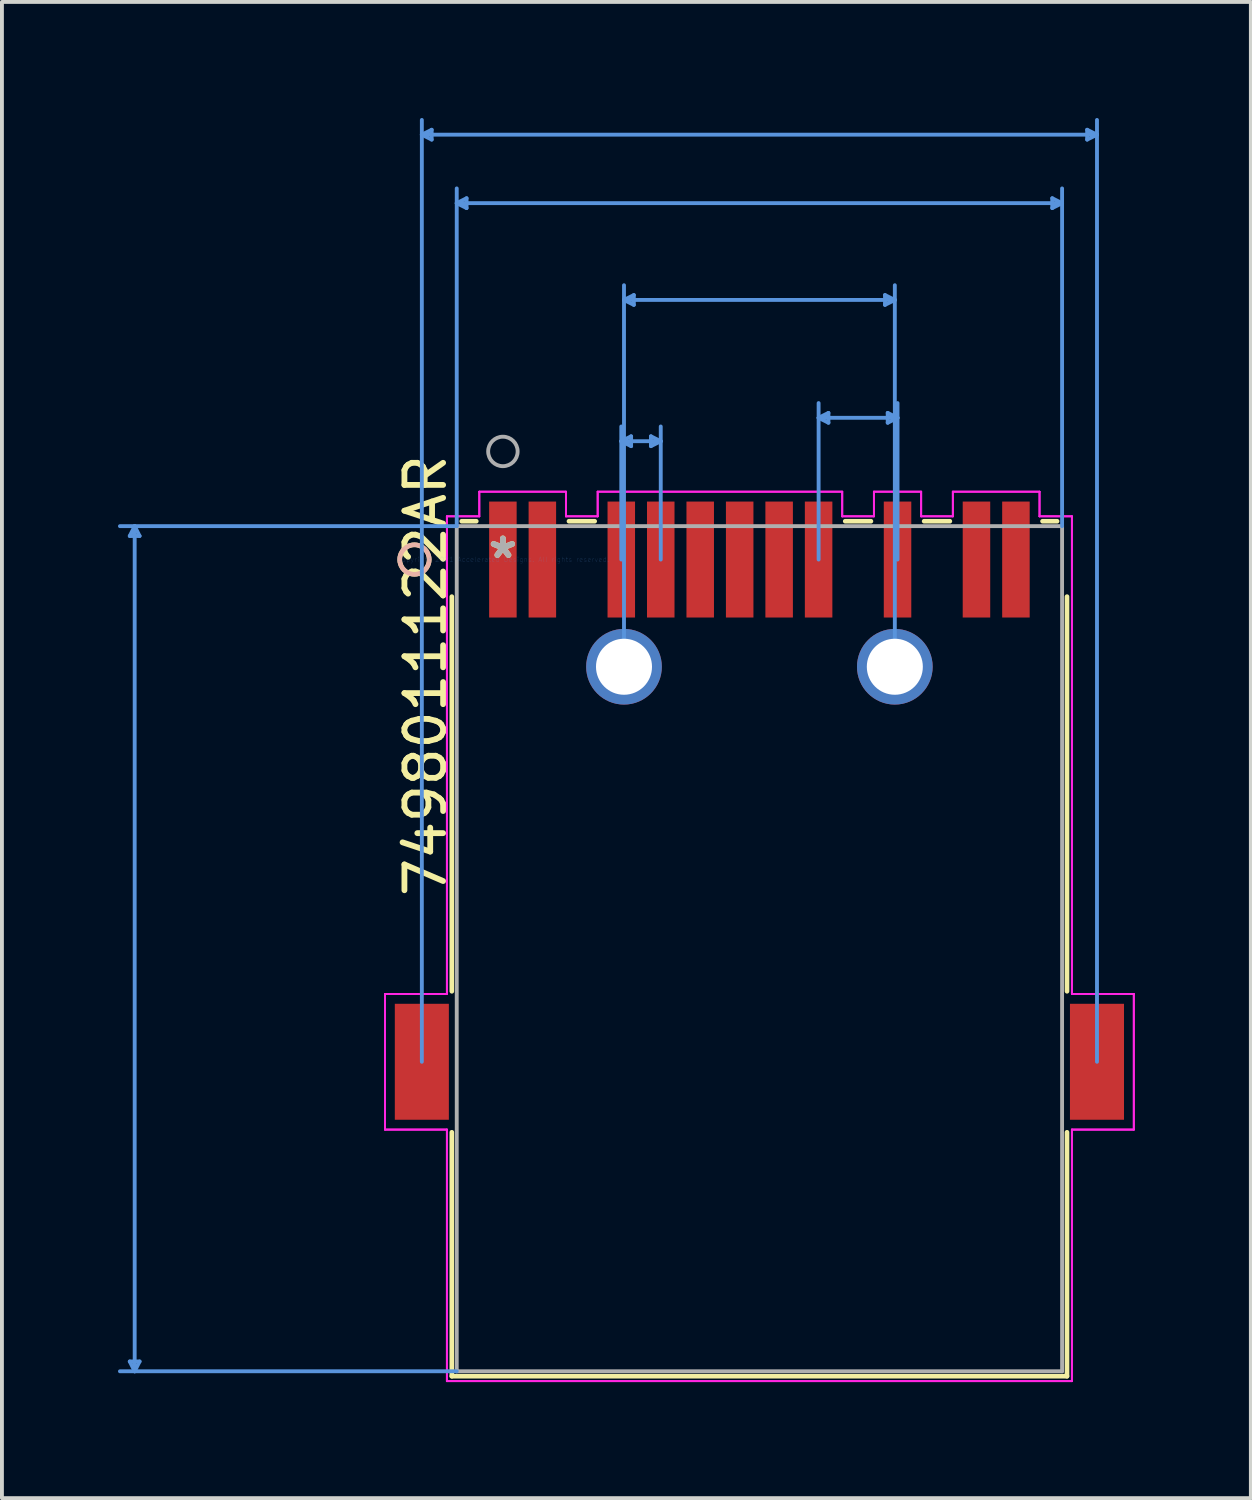
<source format=kicad_pcb>
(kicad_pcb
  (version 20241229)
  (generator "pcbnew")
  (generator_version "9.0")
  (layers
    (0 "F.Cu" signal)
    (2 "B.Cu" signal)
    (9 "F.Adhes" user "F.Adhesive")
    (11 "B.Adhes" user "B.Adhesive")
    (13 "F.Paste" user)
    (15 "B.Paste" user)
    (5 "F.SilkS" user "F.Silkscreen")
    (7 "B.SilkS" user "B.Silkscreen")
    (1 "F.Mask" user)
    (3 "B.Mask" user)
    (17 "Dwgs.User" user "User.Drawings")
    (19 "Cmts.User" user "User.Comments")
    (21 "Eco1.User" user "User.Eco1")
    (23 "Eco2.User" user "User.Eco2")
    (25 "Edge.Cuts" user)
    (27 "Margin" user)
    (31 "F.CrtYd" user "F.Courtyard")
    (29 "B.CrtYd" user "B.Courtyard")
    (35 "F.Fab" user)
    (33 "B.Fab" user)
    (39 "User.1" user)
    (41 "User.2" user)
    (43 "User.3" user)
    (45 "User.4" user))
  (footprint "7498011122AR"
    (layer "F.Cu")
    (at 9.948 11.412)
    (property "Reference" "7498011122AR" (at -2 3 90) (layer "F.SilkS") (effects (font (size 1 1) (thickness 0.15))))
    (attr through_hole)
    (fp_line (start -1.32 0.959) (end -1.32 11.159) (stroke (width 0.12) (type solid)) (layer "F.SilkS"))
    (fp_line (start -1.32 14.803) (end -1.32 21.108) (stroke (width 0.12) (type solid)) (layer "F.SilkS"))
    (fp_line (start -1.32 21.108) (end 14.58 21.108) (stroke (width 0.12) (type solid)) (layer "F.SilkS"))
    (fp_line (start -0.688 -0.99) (end -1.064 -0.99) (stroke (width 0.12) (type solid)) (layer "F.SilkS"))
    (fp_line (start 2.372 -0.99) (end 1.708 -0.99) (stroke (width 0.12) (type solid)) (layer "F.SilkS"))
    (fp_line (start 9.512 -0.99) (end 8.848 -0.99) (stroke (width 0.12) (type solid)) (layer "F.SilkS"))
    (fp_line (start 11.552 -0.99) (end 10.888 -0.99) (stroke (width 0.12) (type solid)) (layer "F.SilkS"))
    (fp_line (start 14.324 -0.99) (end 13.948 -0.99) (stroke (width 0.12) (type solid)) (layer "F.SilkS"))
    (fp_line (start 14.58 11.159) (end 14.58 0.959) (stroke (width 0.12) (type solid)) (layer "F.SilkS"))
    (fp_line (start 14.58 21.108) (end 14.58 14.803) (stroke (width 0.12) (type solid)) (layer "F.SilkS"))
    (fp_circle (center -2.286 0) (end -1.905 0) (stroke (width 0.12) (type solid)) (fill no) (layer "F.SilkS"))
    (fp_circle (center -2.286 0) (end -1.905 0) (stroke (width 0.12) (type solid)) (fill no) (layer "B.SilkS"))
    (fp_line (start -9.644 20.727) (end -9.517 20.981) (stroke (width 0.1) (type solid)) (layer "Cmts.User"))
    (fp_line (start -9.644 -0.609) (end -9.517 -0.863) (stroke (width 0.1) (type solid)) (layer "Cmts.User"))
    (fp_line (start -9.644 -0.609) (end -9.39 -0.609) (stroke (width 0.1) (type solid)) (layer "Cmts.User"))
    (fp_line (start -9.517 20.981) (end -9.517 -0.863) (stroke (width 0.1) (type solid)) (layer "Cmts.User"))
    (fp_line (start -9.39 20.727) (end -9.644 20.727) (stroke (width 0.1) (type solid)) (layer "Cmts.User"))
    (fp_line (start -9.39 20.727) (end -9.517 20.981) (stroke (width 0.1) (type solid)) (layer "Cmts.User"))
    (fp_line (start -9.39 -0.609) (end -9.517 -0.863) (stroke (width 0.1) (type solid)) (layer "Cmts.User"))
    (fp_line (start -2.095 12.981) (end -2.095 -11.362) (stroke (width 0.1) (type solid)) (layer "Cmts.User"))
    (fp_line (start -1.841 -11.108) (end -2.095 -10.981) (stroke (width 0.1) (type solid)) (layer "Cmts.User"))
    (fp_line (start -1.841 -10.854) (end -2.095 -10.981) (stroke (width 0.1) (type solid)) (layer "Cmts.User"))
    (fp_line (start -1.841 -10.854) (end -1.841 -11.108) (stroke (width 0.1) (type solid)) (layer "Cmts.User"))
    (fp_line (start -1.193 -9.211) (end 14.453 -9.211) (stroke (width 0.1) (type solid)) (layer "Cmts.User"))
    (fp_line (start -1.193 -0.863) (end -9.898 -0.863) (stroke (width 0.1) (type solid)) (layer "Cmts.User"))
    (fp_line (start -1.193 -0.863) (end -1.193 -9.592) (stroke (width 0.1) (type solid)) (layer "Cmts.User"))
    (fp_line (start -1.193 20.981) (end -9.898 20.981) (stroke (width 0.1) (type solid)) (layer "Cmts.User"))
    (fp_line (start -0.939 -9.084) (end -1.193 -9.211) (stroke (width 0.1) (type solid)) (layer "Cmts.User"))
    (fp_line (start -0.939 -9.084) (end -0.939 -9.338) (stroke (width 0.1) (type solid)) (layer "Cmts.User"))
    (fp_line (start -0.939 -9.338) (end -1.193 -9.211) (stroke (width 0.1) (type solid)) (layer "Cmts.User"))
    (fp_line (start 3.06 -3.058) (end 4.08 -3.058) (stroke (width 0.1) (type solid)) (layer "Cmts.User"))
    (fp_line (start 3.06 0) (end 3.06 -3.439) (stroke (width 0.1) (type solid)) (layer "Cmts.User"))
    (fp_line (start 3.13 -6.709) (end 10.13 -6.709) (stroke (width 0.1) (type solid)) (layer "Cmts.User"))
    (fp_line (start 3.13 2.771) (end 3.13 -7.09) (stroke (width 0.1) (type solid)) (layer "Cmts.User"))
    (fp_line (start 3.314 -2.931) (end 3.06 -3.058) (stroke (width 0.1) (type solid)) (layer "Cmts.User"))
    (fp_line (start 3.314 -2.931) (end 3.314 -3.185) (stroke (width 0.1) (type solid)) (layer "Cmts.User"))
    (fp_line (start 3.314 -3.185) (end 3.06 -3.058) (stroke (width 0.1) (type solid)) (layer "Cmts.User"))
    (fp_line (start 3.384 -6.582) (end 3.13 -6.709) (stroke (width 0.1) (type solid)) (layer "Cmts.User"))
    (fp_line (start 3.384 -6.582) (end 3.384 -6.836) (stroke (width 0.1) (type solid)) (layer "Cmts.User"))
    (fp_line (start 3.384 -6.836) (end 3.13 -6.709) (stroke (width 0.1) (type solid)) (layer "Cmts.User"))
    (fp_line (start 3.826 -2.931) (end 4.08 -3.058) (stroke (width 0.1) (type solid)) (layer "Cmts.User"))
    (fp_line (start 3.826 -3.185) (end 3.826 -2.931) (stroke (width 0.1) (type solid)) (layer "Cmts.User"))
    (fp_line (start 3.826 -3.185) (end 4.08 -3.058) (stroke (width 0.1) (type solid)) (layer "Cmts.User"))
    (fp_line (start 4.08 0) (end 4.08 -3.439) (stroke (width 0.1) (type solid)) (layer "Cmts.User"))
    (fp_line (start 8.16 -3.663) (end 10.2 -3.663) (stroke (width 0.1) (type solid)) (layer "Cmts.User"))
    (fp_line (start 8.16 0) (end 8.16 -4.044) (stroke (width 0.1) (type solid)) (layer "Cmts.User"))
    (fp_line (start 8.414 -3.79) (end 8.16 -3.663) (stroke (width 0.1) (type solid)) (layer "Cmts.User"))
    (fp_line (start 8.414 -3.536) (end 8.16 -3.663) (stroke (width 0.1) (type solid)) (layer "Cmts.User"))
    (fp_line (start 8.414 -3.536) (end 8.414 -3.79) (stroke (width 0.1) (type solid)) (layer "Cmts.User"))
    (fp_line (start 9.876 -6.582) (end 10.13 -6.709) (stroke (width 0.1) (type solid)) (layer "Cmts.User"))
    (fp_line (start 9.876 -6.836) (end 9.876 -6.582) (stroke (width 0.1) (type solid)) (layer "Cmts.User"))
    (fp_line (start 9.876 -6.836) (end 10.13 -6.709) (stroke (width 0.1) (type solid)) (layer "Cmts.User"))
    (fp_line (start 9.946 -3.79) (end 9.946 -3.536) (stroke (width 0.1) (type solid)) (layer "Cmts.User"))
    (fp_line (start 9.946 -3.79) (end 10.2 -3.663) (stroke (width 0.1) (type solid)) (layer "Cmts.User"))
    (fp_line (start 9.946 -3.536) (end 10.2 -3.663) (stroke (width 0.1) (type solid)) (layer "Cmts.User"))
    (fp_line (start 10.13 2.771) (end 10.13 -7.09) (stroke (width 0.1) (type solid)) (layer "Cmts.User"))
    (fp_line (start 10.2 0) (end 10.2 -4.044) (stroke (width 0.1) (type solid)) (layer "Cmts.User"))
    (fp_line (start 14.199 -9.338) (end 14.199 -9.084) (stroke (width 0.1) (type solid)) (layer "Cmts.User"))
    (fp_line (start 14.199 -9.338) (end 14.453 -9.211) (stroke (width 0.1) (type solid)) (layer "Cmts.User"))
    (fp_line (start 14.199 -9.084) (end 14.453 -9.211) (stroke (width 0.1) (type solid)) (layer "Cmts.User"))
    (fp_line (start 14.453 -0.863) (end 14.453 -9.592) (stroke (width 0.1) (type solid)) (layer "Cmts.User"))
    (fp_line (start 15.101 -11.108) (end 15.101 -10.854) (stroke (width 0.1) (type solid)) (layer "Cmts.User"))
    (fp_line (start 15.101 -11.108) (end 15.355 -10.981) (stroke (width 0.1) (type solid)) (layer "Cmts.User"))
    (fp_line (start 15.101 -10.854) (end 15.355 -10.981) (stroke (width 0.1) (type solid)) (layer "Cmts.User"))
    (fp_line (start 15.355 -10.981) (end -2.095 -10.981) (stroke (width 0.1) (type solid)) (layer "Cmts.User"))
    (fp_line (start 15.355 12.981) (end 15.355 -11.362) (stroke (width 0.1) (type solid)) (layer "Cmts.User"))
    (fp_line (start -3.047 11.228) (end -3.047 14.734) (stroke (width 0.05) (type solid)) (layer "F.CrtYd"))
    (fp_line (start -3.047 11.228) (end -3.047 14.734) (stroke (width 0.05) (type solid)) (layer "F.CrtYd"))
    (fp_line (start -3.047 14.734) (end -1.447 14.734) (stroke (width 0.05) (type solid)) (layer "F.CrtYd"))
    (fp_line (start -3.047 14.734) (end -1.447 14.734) (stroke (width 0.05) (type solid)) (layer "F.CrtYd"))
    (fp_line (start -1.447 -1.117) (end -1.447 11.228) (stroke (width 0.05) (type solid)) (layer "F.CrtYd"))
    (fp_line (start -1.447 -1.117) (end -1.447 11.228) (stroke (width 0.05) (type solid)) (layer "F.CrtYd"))
    (fp_line (start -1.447 11.228) (end -3.047 11.228) (stroke (width 0.05) (type solid)) (layer "F.CrtYd"))
    (fp_line (start -1.447 11.228) (end -3.047 11.228) (stroke (width 0.05) (type solid)) (layer "F.CrtYd"))
    (fp_line (start -1.447 14.734) (end -1.447 21.235) (stroke (width 0.05) (type solid)) (layer "F.CrtYd"))
    (fp_line (start -1.447 14.734) (end -1.447 21.235) (stroke (width 0.05) (type solid)) (layer "F.CrtYd"))
    (fp_line (start -1.447 21.235) (end 14.707 21.235) (stroke (width 0.05) (type solid)) (layer "F.CrtYd"))
    (fp_line (start -1.447 21.235) (end 14.707 21.235) (stroke (width 0.05) (type solid)) (layer "F.CrtYd"))
    (fp_line (start -0.61 -1.753) (end -0.61 -1.117) (stroke (width 0.05) (type solid)) (layer "F.CrtYd"))
    (fp_line (start -0.61 -1.753) (end -0.61 -1.117) (stroke (width 0.05) (type solid)) (layer "F.CrtYd"))
    (fp_line (start -0.61 -1.117) (end -1.447 -1.117) (stroke (width 0.05) (type solid)) (layer "F.CrtYd"))
    (fp_line (start -0.61 -1.117) (end -1.447 -1.117) (stroke (width 0.05) (type solid)) (layer "F.CrtYd"))
    (fp_line (start 1.63 -1.753) (end -0.61 -1.753) (stroke (width 0.05) (type solid)) (layer "F.CrtYd"))
    (fp_line (start 1.63 -1.753) (end -0.61 -1.753) (stroke (width 0.05) (type solid)) (layer "F.CrtYd"))
    (fp_line (start 1.63 -1.117) (end 1.63 -1.753) (stroke (width 0.05) (type solid)) (layer "F.CrtYd"))
    (fp_line (start 1.63 -1.117) (end 1.63 -1.753) (stroke (width 0.05) (type solid)) (layer "F.CrtYd"))
    (fp_line (start 2.45 -1.753) (end 2.45 -1.117) (stroke (width 0.05) (type solid)) (layer "F.CrtYd"))
    (fp_line (start 2.45 -1.753) (end 2.45 -1.117) (stroke (width 0.05) (type solid)) (layer "F.CrtYd"))
    (fp_line (start 2.45 -1.117) (end 1.63 -1.117) (stroke (width 0.05) (type solid)) (layer "F.CrtYd"))
    (fp_line (start 2.45 -1.117) (end 1.63 -1.117) (stroke (width 0.05) (type solid)) (layer "F.CrtYd"))
    (fp_line (start 8.77 -1.753) (end 2.45 -1.753) (stroke (width 0.05) (type solid)) (layer "F.CrtYd"))
    (fp_line (start 8.77 -1.753) (end 2.45 -1.753) (stroke (width 0.05) (type solid)) (layer "F.CrtYd"))
    (fp_line (start 8.77 -1.117) (end 8.77 -1.753) (stroke (width 0.05) (type solid)) (layer "F.CrtYd"))
    (fp_line (start 8.77 -1.117) (end 8.77 -1.753) (stroke (width 0.05) (type solid)) (layer "F.CrtYd"))
    (fp_line (start 9.59 -1.753) (end 9.59 -1.117) (stroke (width 0.05) (type solid)) (layer "F.CrtYd"))
    (fp_line (start 9.59 -1.753) (end 9.59 -1.117) (stroke (width 0.05) (type solid)) (layer "F.CrtYd"))
    (fp_line (start 9.59 -1.117) (end 8.77 -1.117) (stroke (width 0.05) (type solid)) (layer "F.CrtYd"))
    (fp_line (start 9.59 -1.117) (end 8.77 -1.117) (stroke (width 0.05) (type solid)) (layer "F.CrtYd"))
    (fp_line (start 10.81 -1.753) (end 9.59 -1.753) (stroke (width 0.05) (type solid)) (layer "F.CrtYd"))
    (fp_line (start 10.81 -1.753) (end 9.59 -1.753) (stroke (width 0.05) (type solid)) (layer "F.CrtYd"))
    (fp_line (start 10.81 -1.117) (end 10.81 -1.753) (stroke (width 0.05) (type solid)) (layer "F.CrtYd"))
    (fp_line (start 10.81 -1.117) (end 10.81 -1.753) (stroke (width 0.05) (type solid)) (layer "F.CrtYd"))
    (fp_line (start 11.63 -1.753) (end 11.63 -1.117) (stroke (width 0.05) (type solid)) (layer "F.CrtYd"))
    (fp_line (start 11.63 -1.753) (end 11.63 -1.117) (stroke (width 0.05) (type solid)) (layer "F.CrtYd"))
    (fp_line (start 11.63 -1.117) (end 10.81 -1.117) (stroke (width 0.05) (type solid)) (layer "F.CrtYd"))
    (fp_line (start 11.63 -1.117) (end 10.81 -1.117) (stroke (width 0.05) (type solid)) (layer "F.CrtYd"))
    (fp_line (start 13.87 -1.753) (end 11.63 -1.753) (stroke (width 0.05) (type solid)) (layer "F.CrtYd"))
    (fp_line (start 13.87 -1.753) (end 11.63 -1.753) (stroke (width 0.05) (type solid)) (layer "F.CrtYd"))
    (fp_line (start 13.87 -1.117) (end 13.87 -1.753) (stroke (width 0.05) (type solid)) (layer "F.CrtYd"))
    (fp_line (start 13.87 -1.117) (end 13.87 -1.753) (stroke (width 0.05) (type solid)) (layer "F.CrtYd"))
    (fp_line (start 14.707 -1.117) (end 13.87 -1.117) (stroke (width 0.05) (type solid)) (layer "F.CrtYd"))
    (fp_line (start 14.707 -1.117) (end 13.87 -1.117) (stroke (width 0.05) (type solid)) (layer "F.CrtYd"))
    (fp_line (start 14.707 11.228) (end 14.707 -1.117) (stroke (width 0.05) (type solid)) (layer "F.CrtYd"))
    (fp_line (start 14.707 11.228) (end 14.707 -1.117) (stroke (width 0.05) (type solid)) (layer "F.CrtYd"))
    (fp_line (start 14.707 14.734) (end 16.307 14.734) (stroke (width 0.05) (type solid)) (layer "F.CrtYd"))
    (fp_line (start 14.707 14.734) (end 16.307 14.734) (stroke (width 0.05) (type solid)) (layer "F.CrtYd"))
    (fp_line (start 14.707 21.235) (end 14.707 14.734) (stroke (width 0.05) (type solid)) (layer "F.CrtYd"))
    (fp_line (start 14.707 21.235) (end 14.707 14.734) (stroke (width 0.05) (type solid)) (layer "F.CrtYd"))
    (fp_line (start 16.307 11.228) (end 14.707 11.228) (stroke (width 0.05) (type solid)) (layer "F.CrtYd"))
    (fp_line (start 16.307 11.228) (end 14.707 11.228) (stroke (width 0.05) (type solid)) (layer "F.CrtYd"))
    (fp_line (start 16.307 14.734) (end 16.307 11.228) (stroke (width 0.05) (type solid)) (layer "F.CrtYd"))
    (fp_line (start 16.307 14.734) (end 16.307 11.228) (stroke (width 0.05) (type solid)) (layer "F.CrtYd"))
    (fp_line (start -1.193 -0.863) (end -1.193 20.981) (stroke (width 0.1) (type solid)) (layer "F.Fab"))
    (fp_line (start -1.193 20.981) (end 14.453 20.981) (stroke (width 0.1) (type solid)) (layer "F.Fab"))
    (fp_line (start 14.453 -0.863) (end -1.193 -0.863) (stroke (width 0.1) (type solid)) (layer "F.Fab"))
    (fp_line (start 14.453 20.981) (end 14.453 -0.863) (stroke (width 0.1) (type solid)) (layer "F.Fab"))
    (fp_circle (center 0 -2.794) (end 0.381 -2.794) (stroke (width 0.1) (type solid)) (fill no) (layer "F.Fab"))
    (fp_text user "*" (at 0 0 0) (layer "F.SilkS") (effects (font (size 1 1) (thickness 0.15))))
    (fp_text user "Copyright 2021 Accelerated Designs. All rights reserved." (at 0 0 0) (layer "Cmts.User") (effects (font (size 0.127 0.127) (thickness 0.002))))
    (fp_text user "*" (at 0 0 0) (layer "F.Fab") (effects (font (size 1 1) (thickness 0.15))))
    (pad "1" smd rect (at 0 0) (size 0.711 2.997) (layers "F.Cu" "F.Mask" "F.Paste"))
    (pad "2" smd rect (at 1.02 0) (size 0.711 2.997) (layers "F.Cu" "F.Mask" "F.Paste"))
    (pad "3" smd rect (at 3.06 0) (size 0.711 2.997) (layers "F.Cu" "F.Mask" "F.Paste"))
    (pad "4" smd rect (at 4.08 0) (size 0.711 2.997) (layers "F.Cu" "F.Mask" "F.Paste"))
    (pad "5" smd rect (at 5.1 0) (size 0.711 2.997) (layers "F.Cu" "F.Mask" "F.Paste"))
    (pad "6" smd rect (at 6.12 0) (size 0.711 2.997) (layers "F.Cu" "F.Mask" "F.Paste"))
    (pad "7" smd rect (at 7.14 0) (size 0.711 2.997) (layers "F.Cu" "F.Mask" "F.Paste"))
    (pad "8" smd rect (at 8.16 0) (size 0.711 2.997) (layers "F.Cu" "F.Mask" "F.Paste"))
    (pad "9" smd rect (at 10.2 0) (size 0.711 2.997) (layers "F.Cu" "F.Mask" "F.Paste"))
    (pad "10" smd rect (at 12.24 0) (size 0.711 2.997) (layers "F.Cu" "F.Mask" "F.Paste"))
    (pad "11" smd rect (at 13.26 0) (size 0.711 2.997) (layers "F.Cu" "F.Mask" "F.Paste"))
    (pad "12" smd rect (at -2.095 12.981 90) (size 2.997 1.397) (layers "F.Cu" "F.Mask" "F.Paste"))
    (pad "13" smd rect (at 15.355 12.981 90) (size 2.997 1.397) (layers "F.Cu" "F.Mask" "F.Paste"))
    (pad "15" thru_hole circle (at 3.13 2.771 90) (size 1.956 1.956) (drill 1.448) (layers "*.Cu" "*.Mask"))
    (pad "16" thru_hole circle (at 10.13 2.771 90) (size 1.956 1.956) (drill 1.448) (layers "*.Cu" "*.Mask")))
  (gr_rect
    (start -3 -3)
    (end 29.28 35.672)
    (stroke (width 0.1) (type default))
    (fill no)
    (layer "Edge.Cuts")))
</source>
